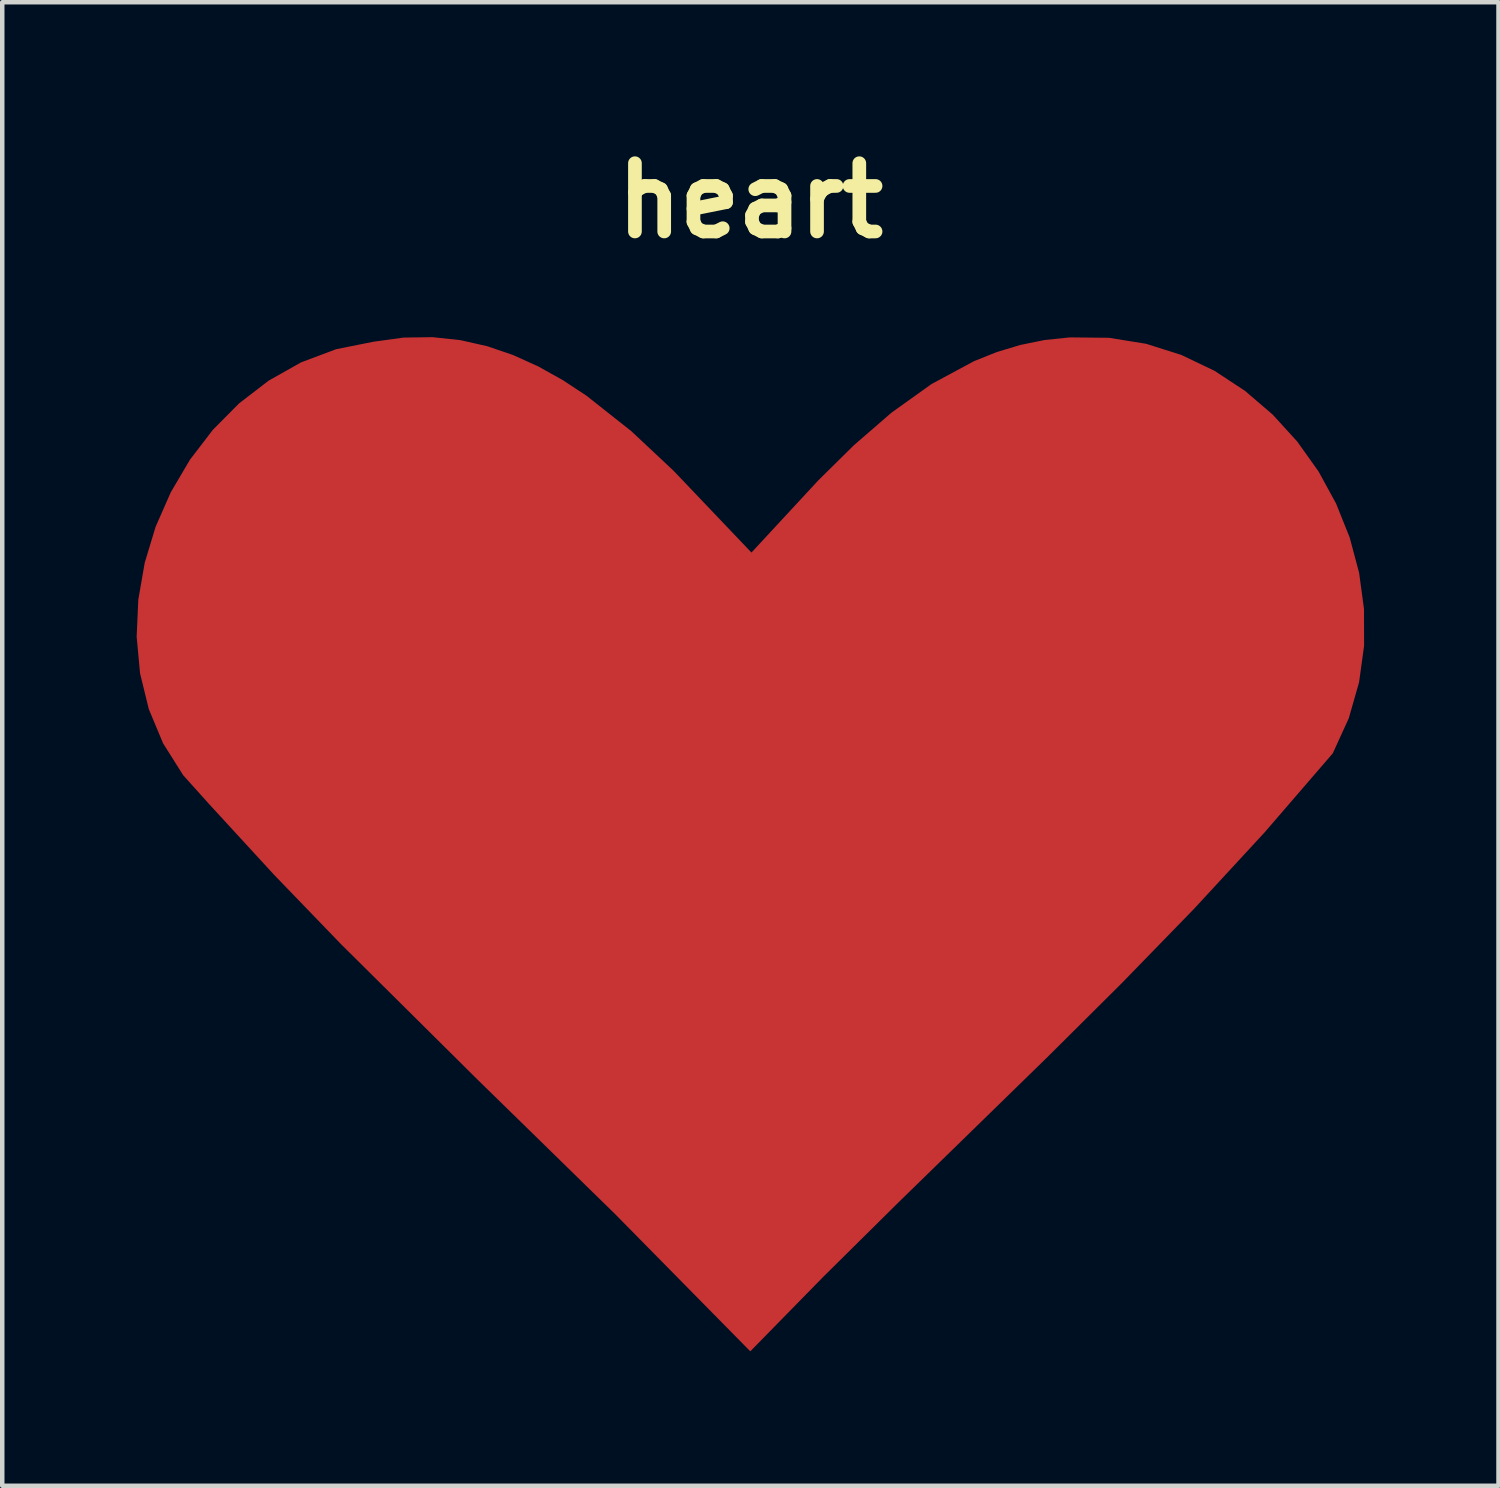
<source format=kicad_pcb>
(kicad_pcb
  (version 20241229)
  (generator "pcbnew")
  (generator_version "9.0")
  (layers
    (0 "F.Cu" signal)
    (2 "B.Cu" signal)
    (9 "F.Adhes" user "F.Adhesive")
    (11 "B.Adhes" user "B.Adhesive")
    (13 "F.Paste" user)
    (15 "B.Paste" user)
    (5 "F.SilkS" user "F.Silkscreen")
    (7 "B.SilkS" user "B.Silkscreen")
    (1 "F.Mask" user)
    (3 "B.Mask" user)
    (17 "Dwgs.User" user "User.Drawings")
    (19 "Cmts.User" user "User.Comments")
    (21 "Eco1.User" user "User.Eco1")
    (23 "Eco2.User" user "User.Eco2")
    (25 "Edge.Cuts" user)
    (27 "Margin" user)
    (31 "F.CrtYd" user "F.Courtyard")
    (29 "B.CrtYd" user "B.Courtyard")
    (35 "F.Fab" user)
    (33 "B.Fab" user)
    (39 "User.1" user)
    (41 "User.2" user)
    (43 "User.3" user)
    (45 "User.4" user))
  (footprint "heart"
    (layer "F.Cu")
    (at 13.697 15.792)
    (property "Reference" "heart" (at 0 -14.365 0) (layer "F.SilkS") (effects (font (size 1.524 1.524) (thickness 0.305))))
    (attr smd)
    (fp_poly (pts (xy 7.132 -11.312) (xy 6.568 -11.254) (xy 6.025 -11.143) (xy 5.502 -10.986) (xy 4.998 -10.785) (xy 4.043 -10.271) (xy 3.15 -9.633) (xy 2.31 -8.905) (xy 1.515 -8.12) (xy 0.024 -6.51) (xy -1.714 -8.335) (xy -2.657 -9.219) (xy -3.66 -10.012) (xy -4.186 -10.358) (xy -4.73 -10.662) (xy -5.291 -10.916) (xy -5.872 -11.115) (xy -6.474 -11.251) (xy -7.096 -11.317) (xy -7.74 -11.308) (xy -8.407 -11.216) (xy -9.244 -11.049) (xy -10.027 -10.755) (xy -10.751 -10.347) (xy -11.41 -9.84) (xy -11.998 -9.247) (xy -12.508 -8.581) (xy -12.935 -7.856) (xy -13.274 -7.085) (xy -13.517 -6.282) (xy -13.66 -5.46) (xy -13.697 -4.632) (xy -13.621 -3.813) (xy -13.426 -3.016) (xy -13.108 -2.254) (xy -12.659 -1.541) (xy -12.074 -0.89) (xy -10.625 0.687) (xy -9.137 2.229) (xy -6.09 5.252) (xy -3.017 8.256) (xy -0.002 11.317) (xy 1.631 9.65) (xy 3.29 8.008) (xy 6.631 4.749) (xy 8.283 3.106) (xy 9.905 1.438) (xy 11.481 -0.27) (xy 12.998 -2.029) (xy 13.355 -2.811) (xy 13.585 -3.615) (xy 13.697 -4.431) (xy 13.695 -5.249) (xy 13.586 -6.057) (xy 13.376 -6.845) (xy 13.072 -7.603) (xy 12.681 -8.319) (xy 12.207 -8.985) (xy 11.658 -9.588) (xy 11.04 -10.118) (xy 10.359 -10.566) (xy 9.621 -10.919) (xy 8.833 -11.169) (xy 8.002 -11.303) (xy 7.132 -11.312)) (stroke (width 0) (type solid)) (fill yes) (layer "F.Cu"))
    (fp_poly (pts (xy 4.754 -1.406) (xy 4.714 -1.715) (xy 4.686 -1.757) (xy 4.65 -1.739) (xy 4.46 -1.533) (xy 4.214 -1.366) (xy 3.998 -1.259) (xy 3.825 -1.223) (xy 3.476 -1.251) (xy 3.286 -1.334) (xy 3.23 -1.493) (xy 3.286 -1.802) (xy 3.528 -2.725) (xy 3.905 -3.921) (xy 4.071 -4.254) (xy 4.399 -4.758) (xy 4.619 -5.253) (xy 4.666 -5.539) (xy 4.639 -5.733) (xy 4.555 -5.888) (xy 4.436 -5.999) (xy 4.286 -6.047) (xy 4.053 -6.019) (xy 3.849 -5.898) (xy 3.673 -5.682) (xy 3.524 -5.372) (xy 2.977 -3.698) (xy 2.687 -2.576) (xy 2.548 -1.779) (xy 2.54 -1.612) (xy 2.532 -1.485) (xy 2.612 -1.126) (xy 2.711 -0.993) (xy 2.85 -0.89) (xy 3.117 -0.807) (xy 3.445 -0.779) (xy 3.921 -0.827) (xy 4.337 -0.963) (xy 4.698 -1.231) (xy 4.754 -1.406) (xy 4.754 -1.406) (xy 4.754 -1.406)) (stroke (width 0) (type solid)) (fill yes) (layer "F.Mask"))
    (fp_poly (pts (xy 6.83 -1.406) (xy 6.79 -1.715) (xy 6.763 -1.757) (xy 6.727 -1.739) (xy 6.536 -1.533) (xy 6.29 -1.366) (xy 6.074 -1.259) (xy 5.902 -1.223) (xy 5.553 -1.251) (xy 5.362 -1.334) (xy 5.307 -1.493) (xy 5.362 -1.802) (xy 5.604 -2.725) (xy 5.981 -3.921) (xy 6.148 -4.254) (xy 6.475 -4.758) (xy 6.695 -5.253) (xy 6.743 -5.539) (xy 6.715 -5.733) (xy 6.632 -5.888) (xy 6.513 -5.999) (xy 6.362 -6.047) (xy 6.13 -6.019) (xy 5.926 -5.898) (xy 5.749 -5.682) (xy 5.6 -5.372) (xy 5.053 -3.698) (xy 4.763 -2.576) (xy 4.624 -1.779) (xy 4.617 -1.612) (xy 4.609 -1.485) (xy 4.688 -1.126) (xy 4.787 -0.993) (xy 4.926 -0.89) (xy 5.194 -0.807) (xy 5.521 -0.779) (xy 5.997 -0.827) (xy 6.413 -0.963) (xy 6.774 -1.231) (xy 6.83 -1.406) (xy 6.83 -1.406) (xy 6.83 -1.406)) (stroke (width 0) (type solid)) (fill yes) (layer "F.Mask"))
    (fp_poly (pts (xy -0.674 -5.42) (xy -0.611 -5.682) (xy -0.388 -1.406) (xy -0.428 -1.715) (xy -0.456 -1.757) (xy -0.492 -1.739) (xy -0.682 -1.533) (xy -0.928 -1.366) (xy -1.144 -1.259) (xy -1.317 -1.223) (xy -1.666 -1.257) (xy -1.888 -1.358) (xy -1.943 -1.509) (xy -1.88 -1.81) (xy -1.539 -2.826) (xy -1.229 -3.754) (xy -1.261 -3.936) (xy -1.372 -4.04) (xy -1.644 -4.071) (xy -1.935 -4.024) (xy -2.049 -3.944) (xy -2.118 -3.786) (xy -2.277 -3.278) (xy -2.427 -2.77) (xy -2.634 -2.04) (xy -2.705 -1.683) (xy -2.689 -1.437) (xy -2.634 -1.247) (xy -2.523 -1.088) (xy -2.332 -0.93) (xy -2.056 -0.829) (xy -1.626 -0.795) (xy -1.42 -0.803) (xy -1.221 -0.827) (xy -0.805 -0.963) (xy -0.444 -1.231) (xy -0.388 -1.406) (xy -0.388 -1.406) (xy -0.388 -1.406) (xy -0.611 -5.682) (xy -0.674 -5.912) (xy -0.864 -6.063) (xy -1.015 -6.086) (xy -1.279 -6.033) (xy -1.436 -5.872) (xy -1.519 -5.676) (xy -1.547 -5.499) (xy -1.483 -5.287) (xy -1.293 -5.142) (xy -1.126 -5.111) (xy -0.882 -5.188) (xy -0.674 -5.42) (xy -0.674 -5.42)) (stroke (width 0) (type solid)) (fill yes) (layer "F.Mask"))
    (fp_poly (pts (xy 2.677 -1.406) (xy 2.638 -1.715) (xy 2.61 -1.757) (xy 2.574 -1.739) (xy 2.394 -1.535) (xy 2.195 -1.382) (xy 1.978 -1.281) (xy 1.741 -1.231) (xy 1.089 -1.227) (xy 0.638 -1.358) (xy 0.543 -1.437) (xy 1.253 -2.967) (xy 1.122 -2.699) (xy 0.781 -2.259) (xy 0.313 -1.89) (xy 0.194 -1.87) (xy 0.154 -2.032) (xy 0.218 -2.433) (xy 0.408 -2.921) (xy 0.539 -3.135) (xy 0.71 -3.302) (xy 0.898 -3.415) (xy 1.067 -3.453) (xy 1.239 -3.385) (xy 1.297 -3.183) (xy 1.253 -2.967) (xy 0.543 -1.437) (xy 0.583 -1.485) (xy 0.884 -1.731) (xy 1.202 -2.048) (xy 1.598 -2.554) (xy 1.773 -2.977) (xy 1.797 -3.246) (xy 1.768 -3.509) (xy 1.682 -3.724) (xy 1.538 -3.893) (xy 1.337 -4.016) (xy 1.011 -4.071) (xy 0.652 -4.024) (xy 0.305 -3.881) (xy -0.062 -3.601) (xy -0.337 -3.207) (xy -0.575 -2.6) (xy -0.655 -2.032) (xy -0.628 -1.736) (xy -0.548 -1.473) (xy -0.414 -1.244) (xy -0.226 -1.049) (xy -0.006 -0.917) (xy 0.281 -0.823) (xy 1.059 -0.747) (xy 1.844 -0.819) (xy 2.261 -0.961) (xy 2.622 -1.231) (xy 2.677 -1.406) (xy 2.677 -1.406)) (stroke (width 0) (type solid)) (fill yes) (layer "F.Mask"))
    (fp_poly (pts (xy -2.555 -1.406) (xy -2.594 -1.715) (xy -2.622 -1.757) (xy -2.658 -1.739) (xy -2.842 -1.539) (xy -3.094 -1.366) (xy -3.483 -1.223) (xy -3.864 -1.231) (xy -4.024 -1.324) (xy -4.046 -1.509) (xy -3.967 -1.763) (xy -3.769 -2.255) (xy -3.491 -3) (xy -3.507 -3.189) (xy -3.618 -3.341) (xy -3.999 -3.579) (xy -4.237 -3.698) (xy -4.387 -3.77) (xy -4.459 -3.825) (xy -4.459 -3.897) (xy -4.419 -4.103) (xy -4.452 -4.27) (xy -4.52 -4.391) (xy -4.623 -4.465) (xy -4.76 -4.492) (xy -4.925 -4.467) (xy -5.056 -4.385) (xy -5.151 -4.245) (xy -5.212 -4.048) (xy -5.228 -3.968) (xy -5.228 -3.897) (xy -5.181 -3.698) (xy -5.125 -3.556) (xy -5.133 -3.532) (xy -5.141 -3.492) (xy -5.314 -2.973) (xy -5.546 -2.445) (xy -5.942 -1.763) (xy -6.299 -1.406) (xy -6.502 -1.295) (xy -6.759 -1.215) (xy -6.791 -1.136) (xy -6.736 -0.874) (xy -6.664 -0.827) (xy -6.325 -0.928) (xy -6.006 -1.12) (xy -5.548 -1.594) (xy -5.173 -2.191) (xy -5.062 -2.453) (xy -4.76 -3.199) (xy -4.715 -3.272) (xy -4.657 -3.27) (xy -4.447 -3.135) (xy -4.34 -3.016) (xy -4.312 -2.903) (xy -4.34 -2.802) (xy -4.53 -2.342) (xy -4.681 -1.913) (xy -4.776 -1.533) (xy -4.8 -1.342) (xy -4.715 -1.065) (xy -4.459 -0.866) (xy -4.016 -0.777) (xy -3.388 -0.827) (xy -2.979 -0.956) (xy -2.61 -1.231) (xy -2.555 -1.406) (xy -2.555 -1.406)) (stroke (width 0) (type solid)) (fill yes) (layer "F.Mask"))
    (fp_poly (pts (xy 10.858 -1.406) (xy 10.818 -1.715) (xy 10.79 -1.757) (xy 10.755 -1.739) (xy 10.564 -1.533) (xy 10.318 -1.366) (xy 10.102 -1.259) (xy 9.93 -1.223) (xy 9.594 -1.255) (xy 9.398 -1.35) (xy 8.71 -2.447) (xy 8.343 -1.913) (xy 8.121 -1.652) (xy 8.002 -1.517) (xy 7.809 -1.362) (xy 7.645 -1.311) (xy 7.52 -1.334) (xy 7.431 -1.404) (xy 7.359 -1.683) (xy 7.448 -2.116) (xy 7.716 -2.635) (xy 7.946 -2.915) (xy 8.24 -3.151) (xy 8.555 -3.308) (xy 8.819 -3.349) (xy 9.021 -3.31) (xy 9.089 -3.207) (xy 9.081 -3.159) (xy 9.081 -3.159) (xy 9.081 -3.159) (xy 8.71 -2.447) (xy 9.398 -1.35) (xy 9.343 -1.509) (xy 9.398 -1.787) (xy 9.533 -2.175) (xy 9.747 -2.699) (xy 10.191 -3.683) (xy 10.213 -3.817) (xy 10.168 -3.921) (xy 9.89 -4.008) (xy 9.589 -4.032) (xy 9.462 -3.944) (xy 9.366 -3.817) (xy 9.299 -3.77) (xy 9.192 -3.802) (xy 8.908 -3.907) (xy 8.597 -3.936) (xy 8.162 -3.871) (xy 7.732 -3.691) (xy 7.462 -3.514) (xy 7.224 -3.3) (xy 6.844 -2.762) (xy 6.606 -2.181) (xy 6.526 -1.644) (xy 6.582 -1.285) (xy 6.748 -1.001) (xy 7.006 -0.805) (xy 7.351 -0.739) (xy 7.766 -0.838) (xy 8.2 -1.136) (xy 8.462 -1.404) (xy 8.629 -1.652) (xy 8.668 -1.707) (xy 8.716 -1.723) (xy 8.716 -1.675) (xy 8.652 -1.326) (xy 8.702 -1.11) (xy 8.851 -0.938) (xy 9.144 -0.831) (xy 9.612 -0.795) (xy 9.827 -0.803) (xy 10.025 -0.827) (xy 10.441 -0.963) (xy 10.802 -1.231) (xy 10.858 -1.406) (xy 10.858 -1.406) (xy 10.858 -1.406)) (stroke (width 0) (type solid)) (fill yes) (layer "F.Mask"))
    (fp_poly (pts (xy -5.835 -1.406) (xy -5.875 -1.715) (xy -5.902 -1.757) (xy -5.938 -1.739) (xy -6.134 -1.527) (xy -6.374 -1.366) (xy -6.61 -1.263) (xy -6.811 -1.239) (xy -7.081 -1.295) (xy -7.158 -1.376) (xy -7.184 -1.509) (xy -7.104 -1.937) (xy -6.874 -2.612) (xy -6.478 -3.627) (xy -6.168 -4.381) (xy -5.962 -4.841) (xy -5.914 -5.007) (xy -5.976 -5.152) (xy -6.16 -5.222) (xy -6.464 -5.202) (xy -6.569 -5.135) (xy -6.644 -5.031) (xy -7.271 -3.833) (xy -7.731 -3.04) (xy -8.233 -2.328) (xy -8.685 -1.82) (xy -9.086 -1.515) (xy -9.437 -1.414) (xy -9.611 -1.445) (xy -9.747 -1.513) (xy -9.843 -1.614) (xy -9.921 -1.913) (xy -9.831 -2.37) (xy -9.564 -2.961) (xy -9.278 -3.437) (xy -8.977 -3.825) (xy -8.273 -4.541) (xy -7.596 -5.071) (xy -6.948 -5.414) (xy -6.327 -5.571) (xy -6.089 -5.62) (xy -6.01 -5.706) (xy -6.121 -5.904) (xy -6.271 -6.041) (xy -6.454 -6.086) (xy -6.788 -6.056) (xy -7.158 -5.965) (xy -8.001 -5.602) (xy -8.494 -5.311) (xy -8.943 -4.984) (xy -9.347 -4.621) (xy -9.706 -4.222) (xy -10.182 -3.568) (xy -10.522 -2.947) (xy -10.725 -2.358) (xy -10.793 -1.802) (xy -10.771 -1.527) (xy -10.702 -1.295) (xy -10.588 -1.106) (xy -10.428 -0.961) (xy -10.131 -0.819) (xy -9.81 -0.771) (xy -9.502 -0.811) (xy -9.181 -0.932) (xy -8.847 -1.133) (xy -8.501 -1.414) (xy -8.05 -1.88) (xy -7.699 -2.374) (xy -7.644 -2.421) (xy -7.612 -2.399) (xy -7.628 -2.334) (xy -7.848 -1.731) (xy -7.921 -1.255) (xy -7.866 -1.033) (xy -7.735 -0.932) (xy -7.549 -0.86) (xy -7.009 -0.803) (xy -6.668 -0.827) (xy -6.244 -0.971) (xy -5.891 -1.231) (xy -5.835 -1.406) (xy -5.835 -1.406) (xy -5.835 -1.406)) (stroke (width 0) (type solid)) (fill yes) (layer "F.Mask")))
  (gr_rect
    (start -3 -3)
    (end 30.394 30.109)
    (stroke (width 0.1) (type default))
    (fill no)
    (layer "Edge.Cuts")))
</source>
